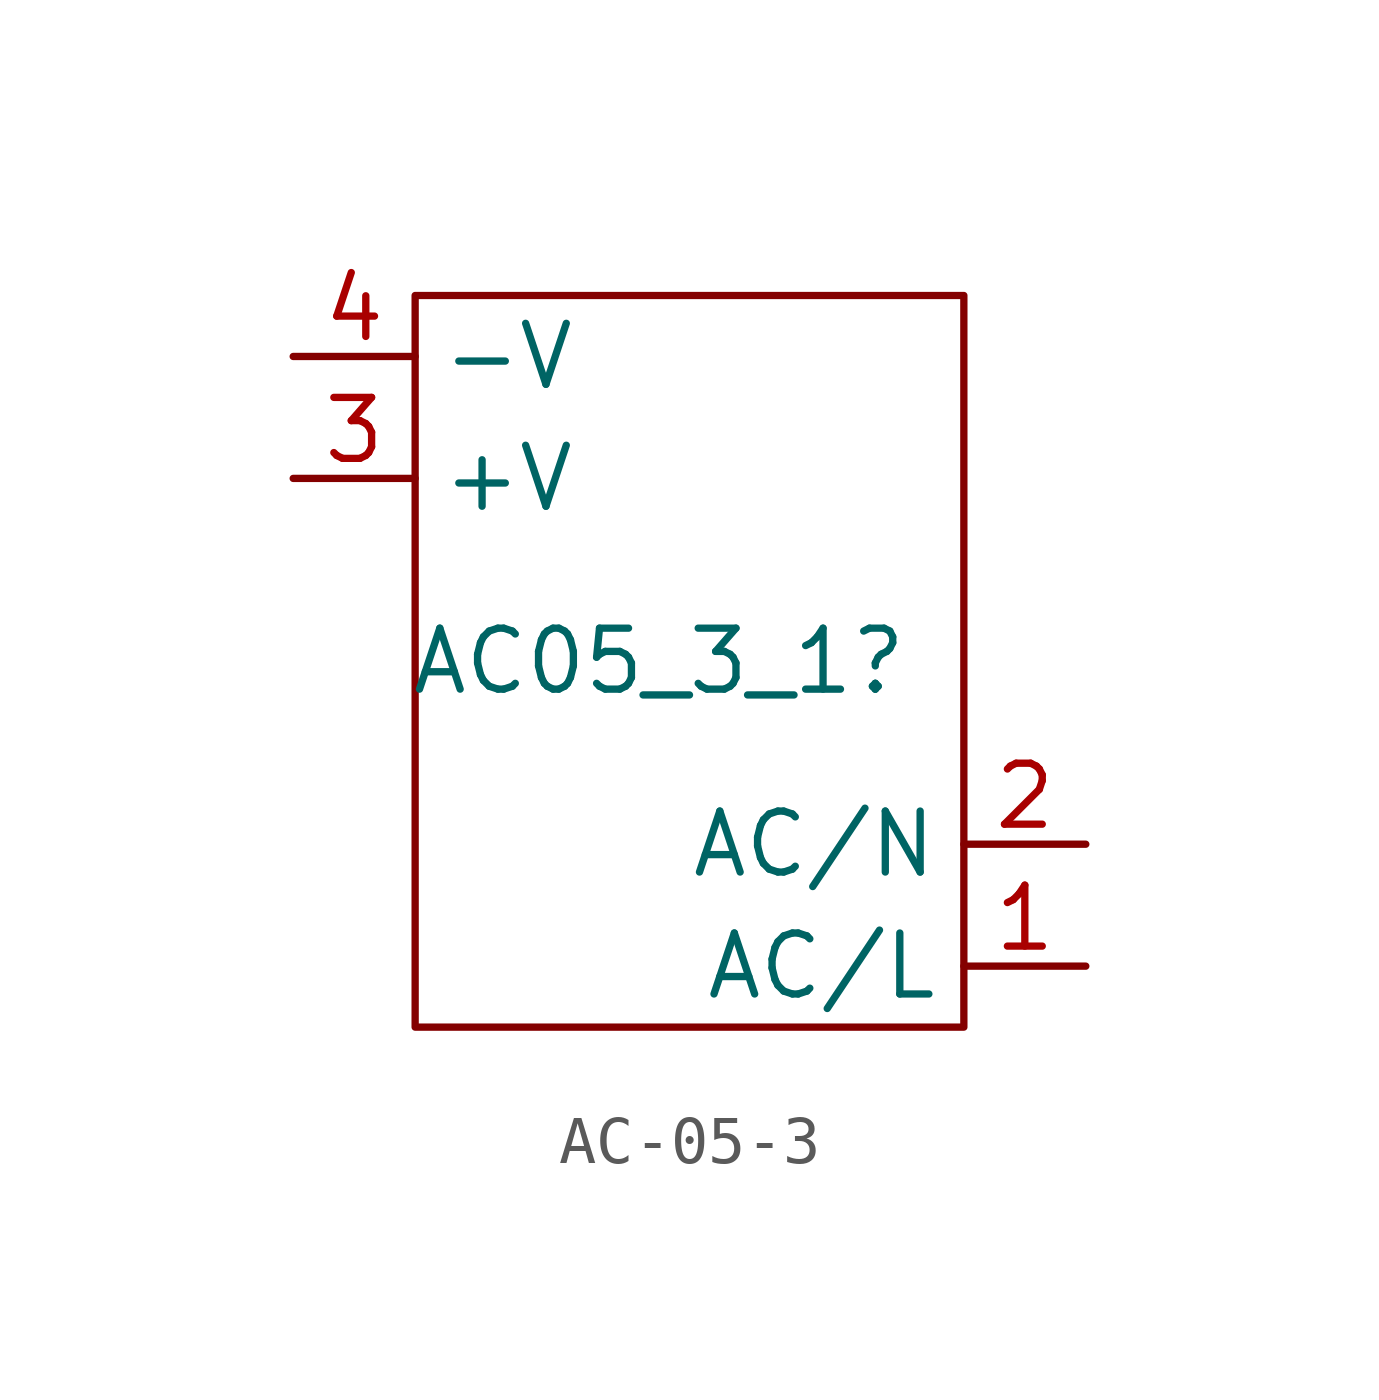
<source format=kicad_sym>
(kicad_symbol_lib
  (version 20241209)
  (generator "kicad_symbol_editor")
  (generator_version "9.0")
  (symbol "AC-05-3"
    (property "Reference" "AC05_3_1"
      (at 0 0 0)
      (effects (font (size 1.27 1.27))))
    (property "Value" ""
      (at 0 0 0)
      (effects (font (size 1.27 1.27))))
    (symbol "AC-05-3_0_1"
      (rectangle (start -5.08 7.62) (end 6.35 -7.62) (stroke (width 0) (type default)) (fill (type none))))
    (symbol "AC-05-3_1_1"
      (pin power_out line (at -7.62 6.35 0) (length 2.54) (name "-V" (effects (font (size 1.27 1.27)))) (number "4" (effects (font (size 1.27 1.27)))))
      (pin power_out line (at -7.62 3.81 0) (length 2.54) (name "+V" (effects (font (size 1.27 1.27)))) (number "3" (effects (font (size 1.27 1.27)))))
      (pin power_in line (at 8.89 -3.81 180) (length 2.54) (name "AC/N" (effects (font (size 1.27 1.27)))) (number "2" (effects (font (size 1.27 1.27)))))
      (pin power_in line (at 8.89 -6.35 180) (length 2.54) (name "AC/L" (effects (font (size 1.27 1.27)))) (number "1" (effects (font (size 1.27 1.27))))))))
</source>
